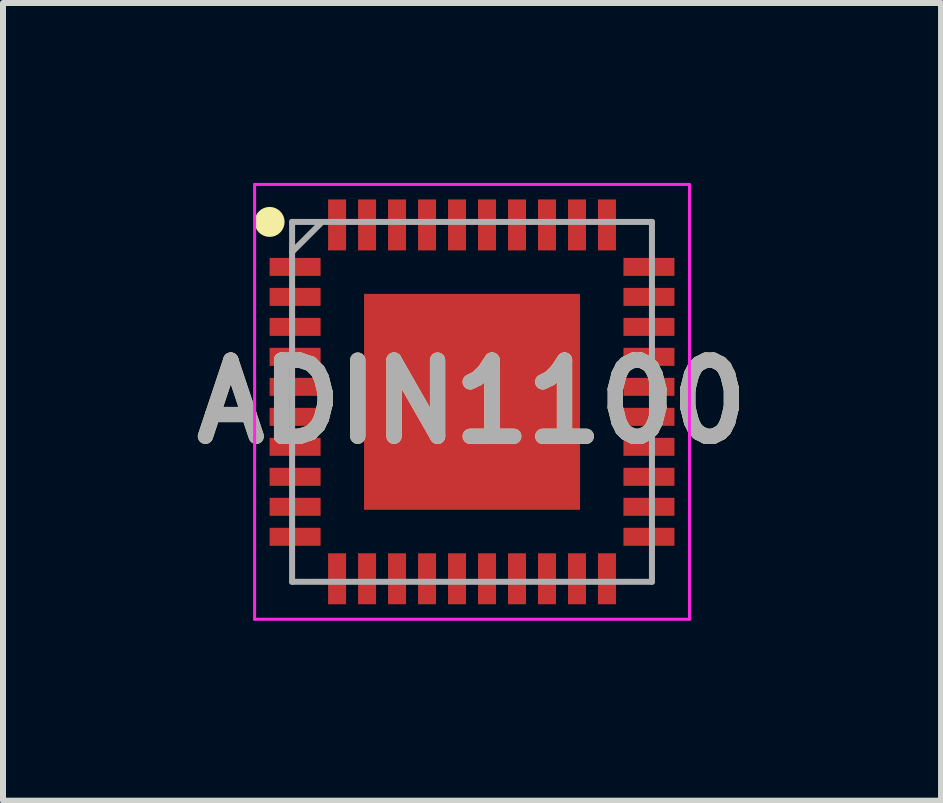
<source format=kicad_pcb>
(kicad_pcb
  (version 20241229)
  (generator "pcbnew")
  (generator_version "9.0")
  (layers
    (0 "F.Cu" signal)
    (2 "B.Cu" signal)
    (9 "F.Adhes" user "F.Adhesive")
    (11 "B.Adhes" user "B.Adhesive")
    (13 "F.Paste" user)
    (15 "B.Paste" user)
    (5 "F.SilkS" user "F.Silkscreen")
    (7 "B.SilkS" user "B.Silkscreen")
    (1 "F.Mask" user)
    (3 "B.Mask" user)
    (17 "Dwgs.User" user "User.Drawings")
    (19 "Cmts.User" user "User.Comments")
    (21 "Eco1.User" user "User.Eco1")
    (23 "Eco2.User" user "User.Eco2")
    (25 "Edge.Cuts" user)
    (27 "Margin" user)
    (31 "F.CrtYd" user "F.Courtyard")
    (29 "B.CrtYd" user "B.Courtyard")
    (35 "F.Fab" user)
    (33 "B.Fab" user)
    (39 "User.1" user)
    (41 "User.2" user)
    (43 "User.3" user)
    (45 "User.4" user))
  (footprint "ADIN1100"
    (layer "F.Cu")
    (at 4.82 3.65)
    (property "Reference" "ADIN1100" (at 0 0 0) (layer "F.SilkS") (effects (font (size 1.27 1.27) (thickness 0.254))))
    (attr smd)
    (fp_circle (center -3.375 -3) (end -3.375 -2.875) (stroke (width 0.25) (type solid)) (fill no) (layer "F.SilkS"))
    (fp_rect (start -1.6 -1.6) (end -0.3 -0.3) (stroke (width 0.1) (type solid)) (fill yes) (layer "F.Paste"))
    (fp_rect (start -1.6 0.3) (end -0.3 1.6) (stroke (width 0.1) (type solid)) (fill yes) (layer "F.Paste"))
    (fp_rect (start 0.3 -1.6) (end 1.6 -0.3) (stroke (width 0.1) (type solid)) (fill yes) (layer "F.Paste"))
    (fp_rect (start 0.3 0.3) (end 1.6 1.6) (stroke (width 0.1) (type solid)) (fill yes) (layer "F.Paste"))
    (fp_line (start -3.625 -3.625) (end 3.625 -3.625) (stroke (width 0.05) (type solid)) (layer "F.CrtYd"))
    (fp_line (start -3.625 3.625) (end -3.625 -3.625) (stroke (width 0.05) (type solid)) (layer "F.CrtYd"))
    (fp_line (start 3.625 -3.625) (end 3.625 3.625) (stroke (width 0.05) (type solid)) (layer "F.CrtYd"))
    (fp_line (start 3.625 3.625) (end -3.625 3.625) (stroke (width 0.05) (type solid)) (layer "F.CrtYd"))
    (fp_line (start -3 -3) (end 3 -3) (stroke (width 0.1) (type solid)) (layer "F.Fab"))
    (fp_line (start -3 -2.5) (end -2.5 -3) (stroke (width 0.1) (type solid)) (layer "F.Fab"))
    (fp_line (start -3 3) (end -3 -3) (stroke (width 0.1) (type solid)) (layer "F.Fab"))
    (fp_line (start 3 -3) (end 3 3) (stroke (width 0.1) (type solid)) (layer "F.Fab"))
    (fp_line (start 3 3) (end -3 3) (stroke (width 0.1) (type solid)) (layer "F.Fab"))
    (fp_text user "${REFERENCE}" (at 0 0 0) (layer "F.Fab") (effects (font (size 1.27 1.27) (thickness 0.254))))
    (pad "1" smd rect (at -2.95 -2.25 90) (size 0.3 0.85) (layers "F.Cu" "F.Mask" "F.Paste"))
    (pad "2" smd rect (at -2.95 -1.75 90) (size 0.3 0.85) (layers "F.Cu" "F.Mask" "F.Paste"))
    (pad "3" smd rect (at -2.95 -1.25 90) (size 0.3 0.85) (layers "F.Cu" "F.Mask" "F.Paste"))
    (pad "4" smd rect (at -2.95 -0.75 90) (size 0.3 0.85) (layers "F.Cu" "F.Mask" "F.Paste"))
    (pad "5" smd rect (at -2.95 -0.25 90) (size 0.3 0.85) (layers "F.Cu" "F.Mask" "F.Paste"))
    (pad "6" smd rect (at -2.95 0.25 90) (size 0.3 0.85) (layers "F.Cu" "F.Mask" "F.Paste"))
    (pad "7" smd rect (at -2.95 0.75 90) (size 0.3 0.85) (layers "F.Cu" "F.Mask" "F.Paste"))
    (pad "8" smd rect (at -2.95 1.25 90) (size 0.3 0.85) (layers "F.Cu" "F.Mask" "F.Paste"))
    (pad "9" smd rect (at -2.95 1.75 90) (size 0.3 0.85) (layers "F.Cu" "F.Mask" "F.Paste"))
    (pad "10" smd rect (at -2.95 2.25 90) (size 0.3 0.85) (layers "F.Cu" "F.Mask" "F.Paste"))
    (pad "11" smd rect (at -2.25 2.95) (size 0.3 0.85) (layers "F.Cu" "F.Mask" "F.Paste"))
    (pad "12" smd rect (at -1.75 2.95) (size 0.3 0.85) (layers "F.Cu" "F.Mask" "F.Paste"))
    (pad "13" smd rect (at -1.25 2.95) (size 0.3 0.85) (layers "F.Cu" "F.Mask" "F.Paste"))
    (pad "14" smd rect (at -0.75 2.95) (size 0.3 0.85) (layers "F.Cu" "F.Mask" "F.Paste"))
    (pad "15" smd rect (at -0.25 2.95) (size 0.3 0.85) (layers "F.Cu" "F.Mask" "F.Paste"))
    (pad "16" smd rect (at 0.25 2.95) (size 0.3 0.85) (layers "F.Cu" "F.Mask" "F.Paste"))
    (pad "17" smd rect (at 0.75 2.95) (size 0.3 0.85) (layers "F.Cu" "F.Mask" "F.Paste"))
    (pad "18" smd rect (at 1.25 2.95) (size 0.3 0.85) (layers "F.Cu" "F.Mask" "F.Paste"))
    (pad "19" smd rect (at 1.75 2.95) (size 0.3 0.85) (layers "F.Cu" "F.Mask" "F.Paste"))
    (pad "20" smd rect (at 2.25 2.95) (size 0.3 0.85) (layers "F.Cu" "F.Mask" "F.Paste"))
    (pad "21" smd rect (at 2.95 2.25 90) (size 0.3 0.85) (layers "F.Cu" "F.Mask" "F.Paste"))
    (pad "22" smd rect (at 2.95 1.75 90) (size 0.3 0.85) (layers "F.Cu" "F.Mask" "F.Paste"))
    (pad "23" smd rect (at 2.95 1.25 90) (size 0.3 0.85) (layers "F.Cu" "F.Mask" "F.Paste"))
    (pad "24" smd rect (at 2.95 0.75 90) (size 0.3 0.85) (layers "F.Cu" "F.Mask" "F.Paste"))
    (pad "25" smd rect (at 2.95 0.25 90) (size 0.3 0.85) (layers "F.Cu" "F.Mask" "F.Paste"))
    (pad "26" smd rect (at 2.95 -0.25 90) (size 0.3 0.85) (layers "F.Cu" "F.Mask" "F.Paste"))
    (pad "27" smd rect (at 2.95 -0.75 90) (size 0.3 0.85) (layers "F.Cu" "F.Mask" "F.Paste"))
    (pad "28" smd rect (at 2.95 -1.25 90) (size 0.3 0.85) (layers "F.Cu" "F.Mask" "F.Paste"))
    (pad "29" smd rect (at 2.95 -1.75 90) (size 0.3 0.85) (layers "F.Cu" "F.Mask" "F.Paste"))
    (pad "30" smd rect (at 2.95 -2.25 90) (size 0.3 0.85) (layers "F.Cu" "F.Mask" "F.Paste"))
    (pad "31" smd rect (at 2.25 -2.95) (size 0.3 0.85) (layers "F.Cu" "F.Mask" "F.Paste"))
    (pad "32" smd rect (at 1.75 -2.95) (size 0.3 0.85) (layers "F.Cu" "F.Mask" "F.Paste"))
    (pad "33" smd rect (at 1.25 -2.95) (size 0.3 0.85) (layers "F.Cu" "F.Mask" "F.Paste"))
    (pad "34" smd rect (at 0.75 -2.95) (size 0.3 0.85) (layers "F.Cu" "F.Mask" "F.Paste"))
    (pad "35" smd rect (at 0.25 -2.95) (size 0.3 0.85) (layers "F.Cu" "F.Mask" "F.Paste"))
    (pad "36" smd rect (at -0.25 -2.95) (size 0.3 0.85) (layers "F.Cu" "F.Mask" "F.Paste"))
    (pad "37" smd rect (at -0.75 -2.95) (size 0.3 0.85) (layers "F.Cu" "F.Mask" "F.Paste"))
    (pad "38" smd rect (at -1.25 -2.95) (size 0.3 0.85) (layers "F.Cu" "F.Mask" "F.Paste"))
    (pad "39" smd rect (at -1.75 -2.95) (size 0.3 0.85) (layers "F.Cu" "F.Mask" "F.Paste"))
    (pad "40" smd rect (at -2.25 -2.95) (size 0.3 0.85) (layers "F.Cu" "F.Mask" "F.Paste"))
    (pad "41" smd rect (at 0 0) (size 3.6 3.6) (layers "F.Cu" "F.Mask")))
  (gr_rect
    (start -3 -3)
    (end 12.64 10.3)
    (stroke (width 0.1) (type default))
    (fill no)
    (layer "Edge.Cuts")))
</source>
